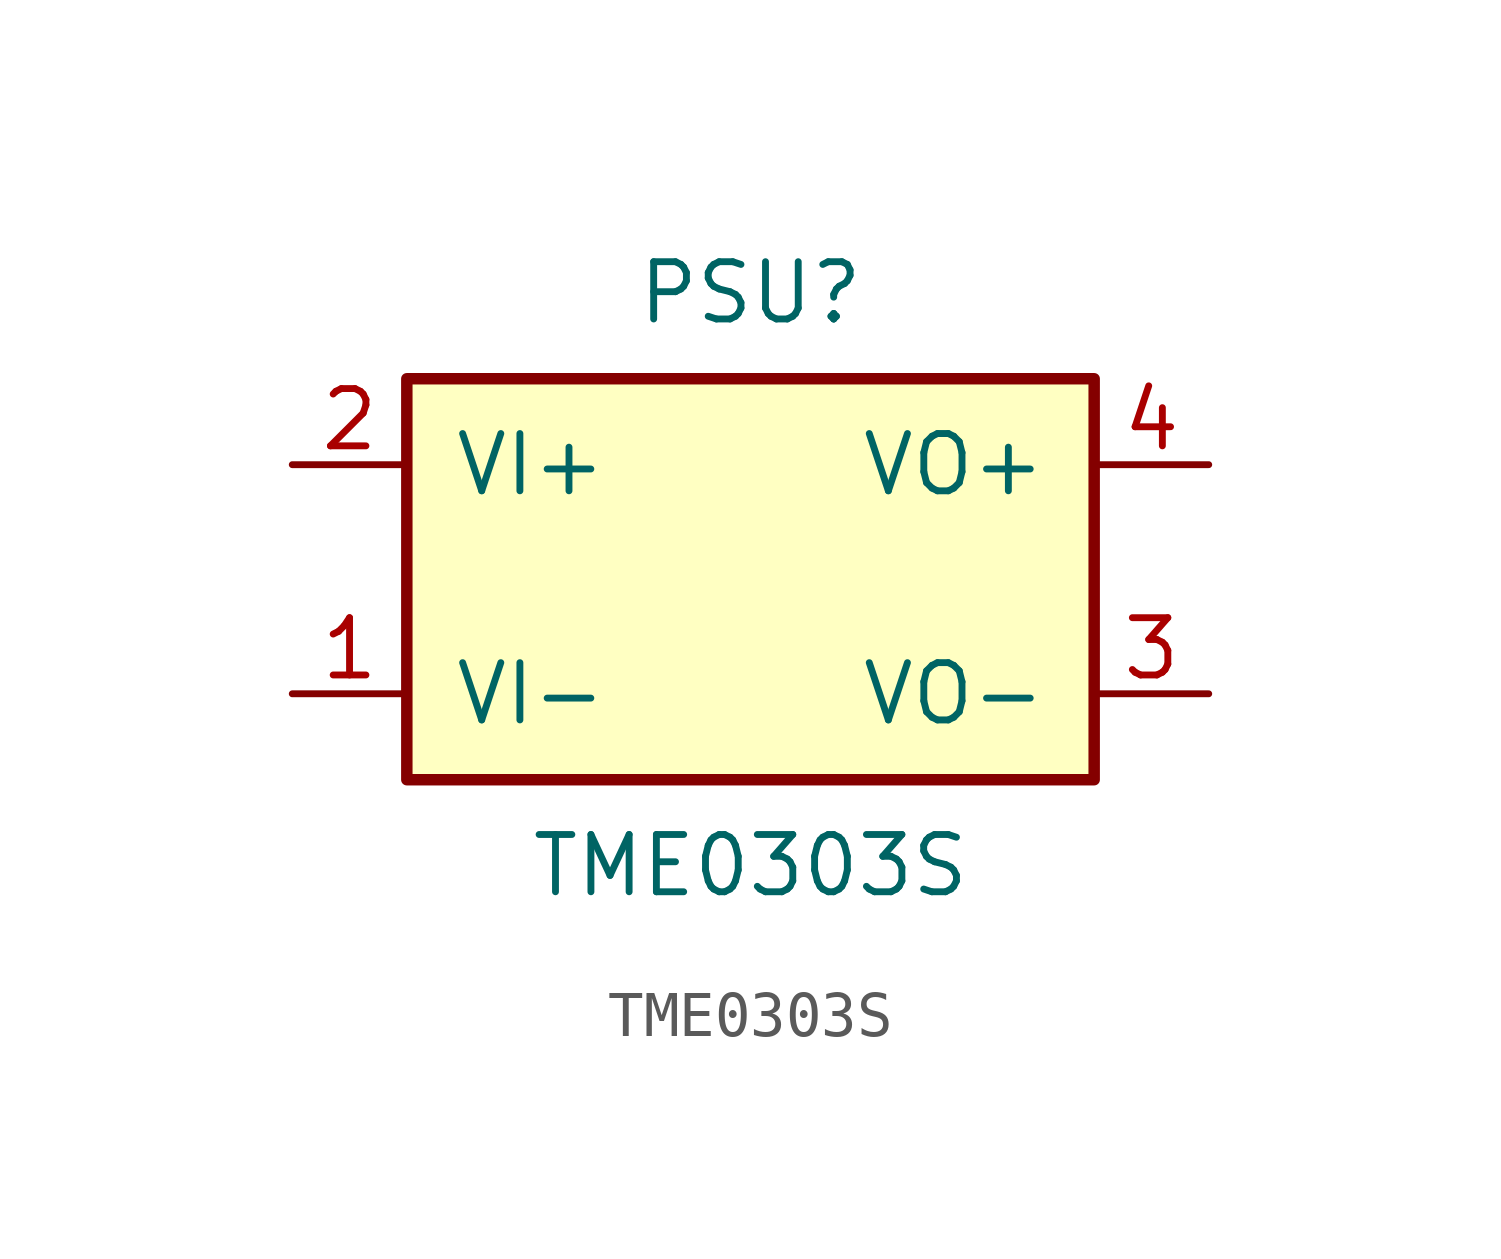
<source format=kicad_sym>
(kicad_symbol_lib
  (version 20241209)
  (generator "kicad_symbol_editor")
  (generator_version "9.0")
  (symbol "TME0303S"
    (pin_names
      (offset 1.016))
    (property "Reference" "PSU"
      (at 0 6.35 0)
      (effects (font (size 1.27 1.27))))
    (property "Value" "TME0303S"
      (at 0 -6.35 0)
      (effects (font (size 1.27 1.27))))
    (symbol "TME0303S_0_1"
      (rectangle (start -7.62 4.445) (end 7.62 -4.445) (stroke (width 0.254) (type default)) (fill (type background))))
    (symbol "TME0303S_1_1"
      (pin power_in line (at -10.16 2.54 0) (length 2.54) (name "VI+" (effects (font (size 1.27 1.27)))) (number "2" (effects (font (size 1.27 1.27)))))
      (pin input line (at -10.16 -2.54 0) (length 2.54) (name "VI-" (effects (font (size 1.27 1.27)))) (number "1" (effects (font (size 1.27 1.27)))))
      (pin power_out line (at 10.16 2.54 180) (length 2.54) (name "VO+" (effects (font (size 1.27 1.27)))) (number "4" (effects (font (size 1.27 1.27)))))
      (pin power_out line (at 10.16 -2.54 180) (length 2.54) (name "VO-" (effects (font (size 1.27 1.27)))) (number "3" (effects (font (size 1.27 1.27))))))))
</source>
